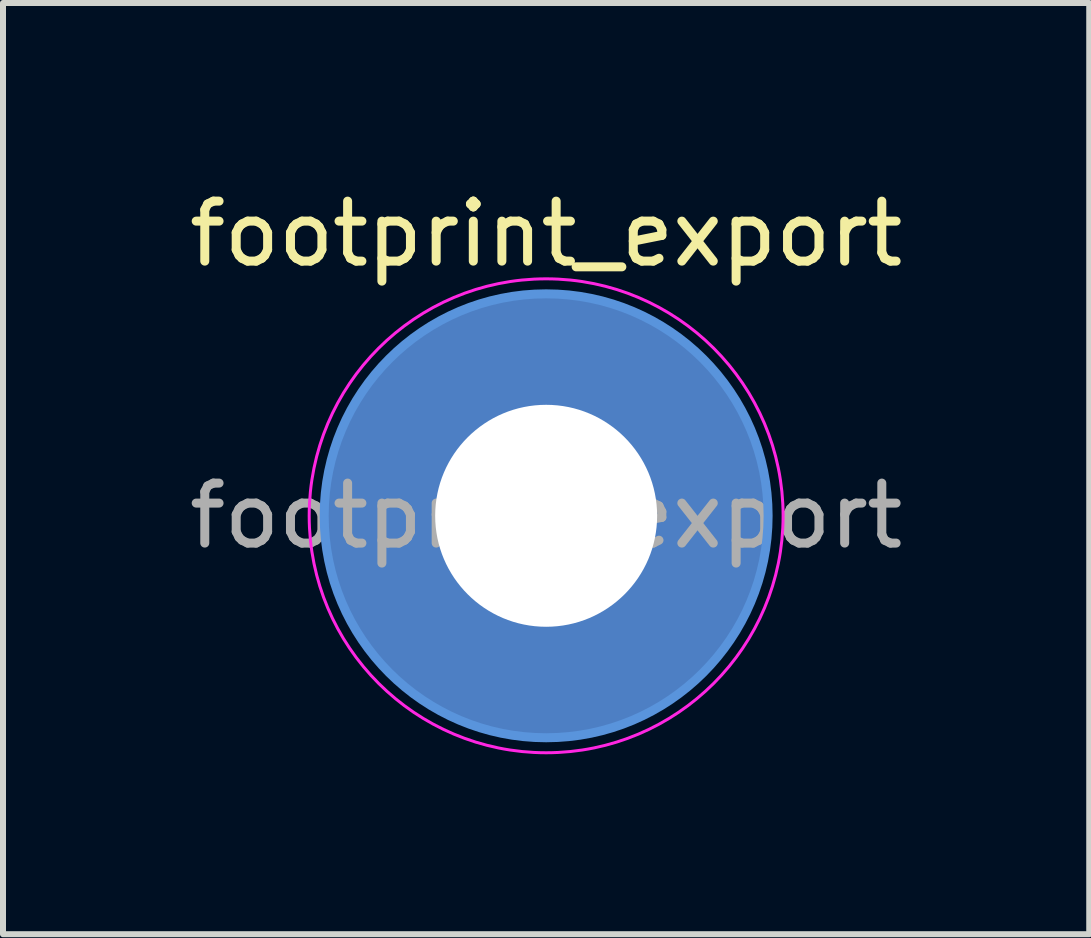
<source format=kicad_pcb>
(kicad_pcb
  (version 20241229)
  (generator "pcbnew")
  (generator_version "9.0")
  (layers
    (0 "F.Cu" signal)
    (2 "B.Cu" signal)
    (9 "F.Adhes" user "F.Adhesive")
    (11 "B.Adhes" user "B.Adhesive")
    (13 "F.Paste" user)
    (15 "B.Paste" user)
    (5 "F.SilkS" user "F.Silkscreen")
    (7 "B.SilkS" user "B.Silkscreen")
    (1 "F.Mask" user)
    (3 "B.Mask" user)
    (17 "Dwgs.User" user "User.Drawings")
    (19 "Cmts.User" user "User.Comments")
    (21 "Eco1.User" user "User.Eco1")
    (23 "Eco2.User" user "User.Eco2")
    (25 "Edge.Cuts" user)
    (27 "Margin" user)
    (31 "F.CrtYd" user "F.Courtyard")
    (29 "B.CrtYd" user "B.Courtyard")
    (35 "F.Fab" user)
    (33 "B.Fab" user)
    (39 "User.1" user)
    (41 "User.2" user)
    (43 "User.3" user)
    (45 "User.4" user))
  (footprint "footprint_export"
    (layer "F.Cu")
    (at 6.054 5.548)
    (property "Reference" "footprint_export" (at 0 -4.7 0) (layer "F.SilkS") (effects (font (size 1 1) (thickness 0.15))))
    (attr exclude_from_pos_files exclude_from_bom)
    (fp_circle (center 0 0) (end 3.7 0) (stroke (width 0.15) (type solid)) (fill no) (layer "Cmts.User"))
    (fp_circle (center 0 0) (end 3.95 0) (stroke (width 0.05) (type solid)) (fill no) (layer "F.CrtYd"))
    (fp_text user "${REFERENCE}" (at 0 0 0) (layer "F.Fab") (effects (font (size 1 1) (thickness 0.15))))
    (pad "1" thru_hole circle (at 0 0) (size 7.4 7.4) (drill 3.7) (layers "*.Cu" "*.Mask")))
  (gr_rect
    (start -3 -3)
    (end 15.107 12.523)
    (stroke (width 0.1) (type default))
    (fill no)
    (layer "Edge.Cuts")))
</source>
